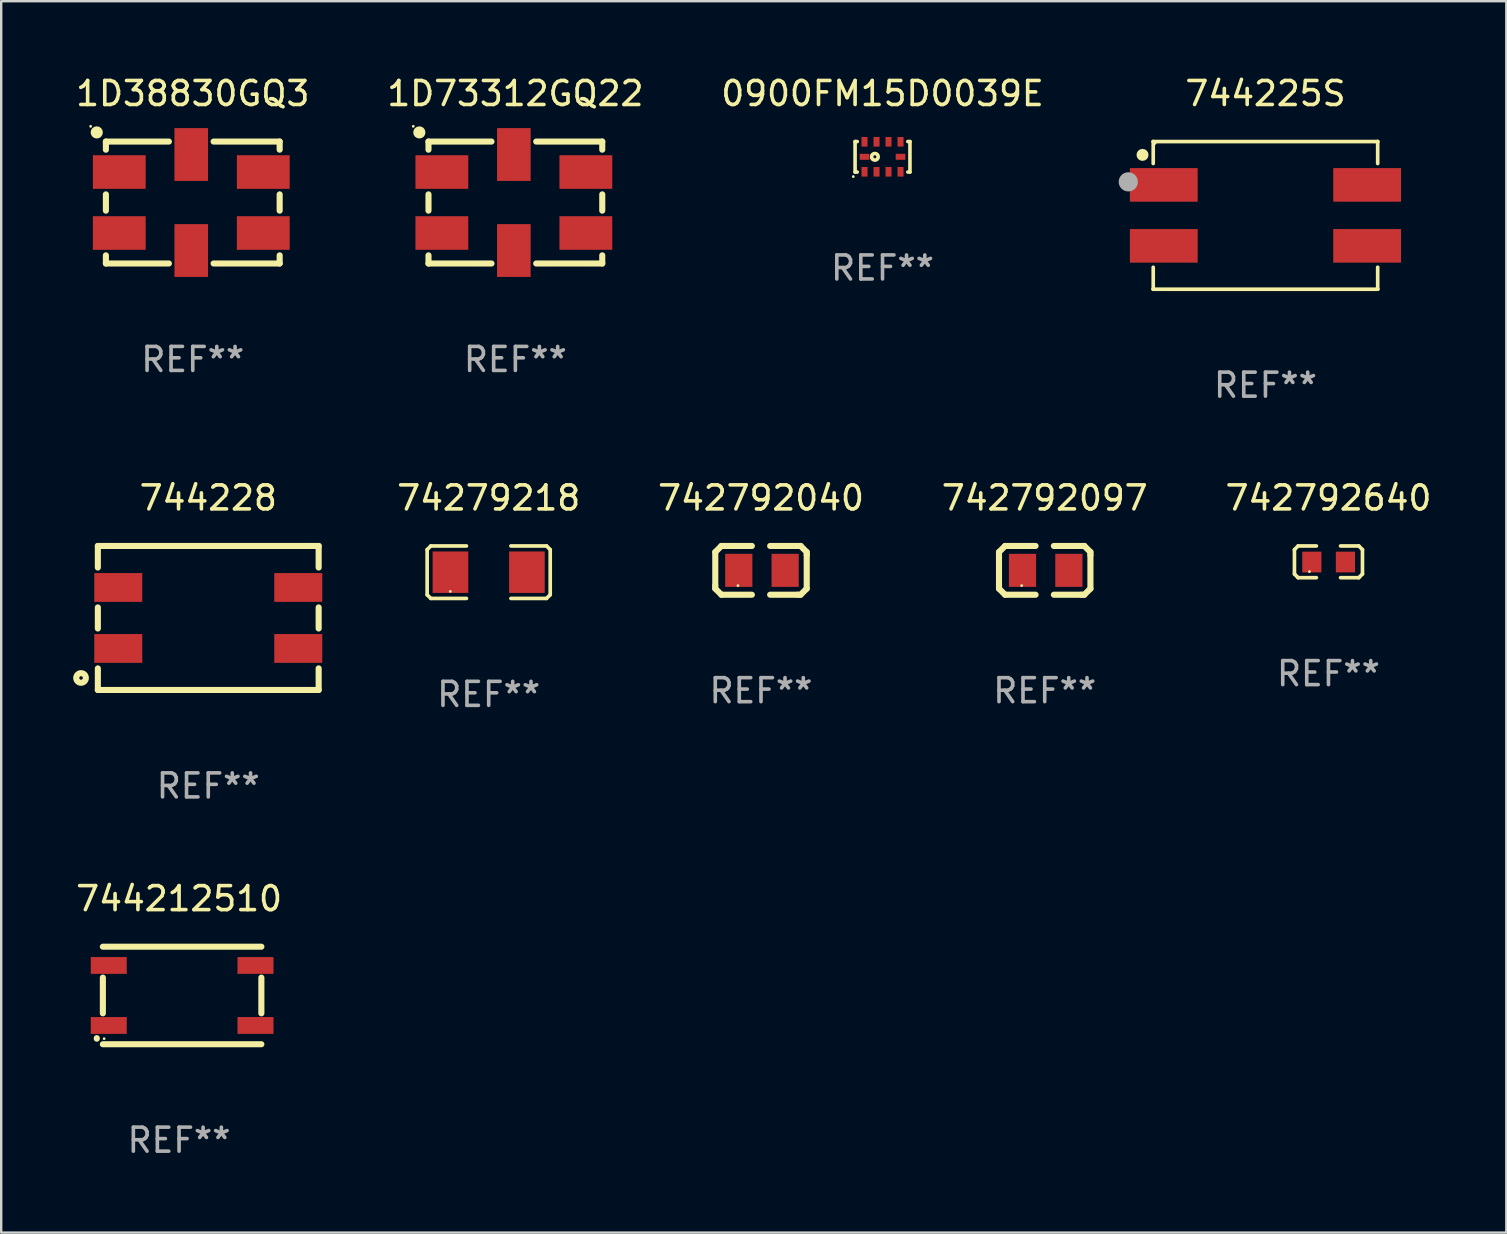
<source format=kicad_pcb>
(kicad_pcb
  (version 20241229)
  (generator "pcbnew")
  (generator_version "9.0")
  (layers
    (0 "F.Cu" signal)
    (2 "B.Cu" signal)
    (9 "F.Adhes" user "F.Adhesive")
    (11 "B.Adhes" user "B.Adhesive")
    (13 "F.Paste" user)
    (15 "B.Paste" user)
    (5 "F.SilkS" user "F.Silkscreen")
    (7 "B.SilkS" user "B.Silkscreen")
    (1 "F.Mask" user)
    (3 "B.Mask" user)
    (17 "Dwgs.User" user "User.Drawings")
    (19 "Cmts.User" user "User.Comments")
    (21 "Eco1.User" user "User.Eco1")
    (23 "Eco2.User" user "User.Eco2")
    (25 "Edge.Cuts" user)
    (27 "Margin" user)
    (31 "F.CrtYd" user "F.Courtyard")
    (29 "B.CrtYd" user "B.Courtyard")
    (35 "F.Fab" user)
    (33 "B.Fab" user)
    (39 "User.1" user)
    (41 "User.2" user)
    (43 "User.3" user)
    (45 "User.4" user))
  (footprint "742792640"
    (layer "F.Cu")
    (at 52.3 20.358)
    (property "Reference" "742792640" (at 0 -2.661 0) (layer "F.SilkS") (effects (font (size 1 1) (thickness 0.15))))
    (attr through_hole)
    (fp_line (start -1.417 -0.508) (end -1.265 -0.661) (stroke (width 0.152) (type solid)) (layer "F.SilkS"))
    (fp_line (start -1.417 0.508) (end -1.417 -0.508) (stroke (width 0.152) (type solid)) (layer "F.SilkS"))
    (fp_line (start -1.265 -0.661) (end -0.503 -0.661) (stroke (width 0.152) (type solid)) (layer "F.SilkS"))
    (fp_line (start -1.265 0.661) (end -1.417 0.508) (stroke (width 0.152) (type solid)) (layer "F.SilkS"))
    (fp_line (start -1.265 0.661) (end -0.503 0.661) (stroke (width 0.152) (type solid)) (layer "F.SilkS"))
    (fp_line (start 1.265 -0.661) (end 0.503 -0.661) (stroke (width 0.152) (type solid)) (layer "F.SilkS"))
    (fp_line (start 1.265 -0.661) (end 1.417 -0.508) (stroke (width 0.152) (type solid)) (layer "F.SilkS"))
    (fp_line (start 1.265 0.661) (end 0.503 0.661) (stroke (width 0.152) (type solid)) (layer "F.SilkS"))
    (fp_line (start 1.417 -0.508) (end 1.417 0.508) (stroke (width 0.152) (type solid)) (layer "F.SilkS"))
    (fp_line (start 1.417 0.508) (end 1.265 0.661) (stroke (width 0.152) (type solid)) (layer "F.SilkS"))
    (fp_circle (center -0.793 0.409) (end -0.763 0.409) (stroke (width 0.06) (type solid)) (fill no) (layer "F.SilkS"))
    (fp_text user "REF**" (at 0 4.661 0) (layer "F.Fab") (effects (font (size 1 1) (thickness 0.15))))
    (pad "1" smd rect (at -0.693 0.009 180) (size 0.8 0.864) (layers "F.Cu" "F.Mask" "F.Paste"))
    (pad "2" smd rect (at 0.707 0.009 180) (size 0.8 0.864) (layers "F.Cu" "F.Mask" "F.Paste")))
  (footprint "742792097"
    (layer "F.Cu")
    (at 40.478 20.713)
    (property "Reference" "742792097" (at 0 -3.016 0) (layer "F.SilkS") (effects (font (size 1 1) (thickness 0.15))))
    (attr through_hole)
    (fp_line (start -1.905 -0.762) (end -1.905 0.635) (stroke (width 0.254) (type solid)) (layer "F.SilkS"))
    (fp_line (start -1.905 0.635) (end -1.905 0.762) (stroke (width 0.254) (type solid)) (layer "F.SilkS"))
    (fp_line (start -1.905 0.762) (end -1.651 1.016) (stroke (width 0.254) (type solid)) (layer "F.SilkS"))
    (fp_line (start -1.651 -1.016) (end -1.905 -0.762) (stroke (width 0.254) (type solid)) (layer "F.SilkS"))
    (fp_line (start -1.651 1.016) (end -0.381 1.016) (stroke (width 0.254) (type solid)) (layer "F.SilkS"))
    (fp_line (start -1.524 -1.016) (end -1.651 -1.016) (stroke (width 0.254) (type solid)) (layer "F.SilkS"))
    (fp_line (start -0.381 -1.016) (end -1.524 -1.016) (stroke (width 0.254) (type solid)) (layer "F.SilkS"))
    (fp_line (start 0.381 1.016) (end 1.524 1.016) (stroke (width 0.254) (type solid)) (layer "F.SilkS"))
    (fp_line (start 1.524 1.016) (end 1.651 1.016) (stroke (width 0.254) (type solid)) (layer "F.SilkS"))
    (fp_line (start 1.651 -1.016) (end 0.381 -1.016) (stroke (width 0.254) (type solid)) (layer "F.SilkS"))
    (fp_line (start 1.651 1.016) (end 1.905 0.762) (stroke (width 0.254) (type solid)) (layer "F.SilkS"))
    (fp_line (start 1.905 -0.762) (end 1.651 -1.016) (stroke (width 0.254) (type solid)) (layer "F.SilkS"))
    (fp_line (start 1.905 -0.635) (end 1.905 -0.762) (stroke (width 0.254) (type solid)) (layer "F.SilkS"))
    (fp_line (start 1.905 0.762) (end 1.905 -0.635) (stroke (width 0.254) (type solid)) (layer "F.SilkS"))
    (fp_circle (center -0.96 0.637) (end -0.93 0.637) (stroke (width 0.06) (type solid)) (fill no) (layer "F.SilkS"))
    (fp_text user "REF**" (at 0 5.016 0) (layer "F.Fab") (effects (font (size 1 1) (thickness 0.15))))
    (pad "1" smd rect (at -0.926 -0.000051) (size 1.133 1.377) (layers "F.Cu" "F.Mask" "F.Paste"))
    (pad "2" smd rect (at 1.006 -0.000051) (size 1.133 1.377) (layers "F.Cu" "F.Mask" "F.Paste")))
  (footprint "74279218"
    (layer "F.Cu")
    (at 17.311 20.79)
    (property "Reference" "74279218" (at 0 -3.093 0) (layer "F.SilkS") (effects (font (size 1 1) (thickness 0.15))))
    (attr through_hole)
    (fp_line (start -2.564 -0.94) (end -2.411 -1.093) (stroke (width 0.152) (type solid)) (layer "F.SilkS"))
    (fp_line (start -2.564 0.94) (end -2.564 -0.94) (stroke (width 0.152) (type solid)) (layer "F.SilkS"))
    (fp_line (start -2.411 -1.093) (end -0.926 -1.093) (stroke (width 0.152) (type solid)) (layer "F.SilkS"))
    (fp_line (start -2.411 1.093) (end -2.564 0.94) (stroke (width 0.152) (type solid)) (layer "F.SilkS"))
    (fp_line (start -0.926 1.093) (end -2.411 1.093) (stroke (width 0.152) (type solid)) (layer "F.SilkS"))
    (fp_line (start 0.926 1.093) (end 2.411 1.093) (stroke (width 0.152) (type solid)) (layer "F.SilkS"))
    (fp_line (start 2.411 -1.093) (end 0.926 -1.093) (stroke (width 0.152) (type solid)) (layer "F.SilkS"))
    (fp_line (start 2.411 1.093) (end 2.564 0.94) (stroke (width 0.152) (type solid)) (layer "F.SilkS"))
    (fp_line (start 2.564 -0.94) (end 2.411 -1.093) (stroke (width 0.152) (type solid)) (layer "F.SilkS"))
    (fp_line (start 2.564 0.94) (end 2.564 -0.94) (stroke (width 0.152) (type solid)) (layer "F.SilkS"))
    (fp_circle (center -1.6 0.8) (end -1.57 0.8) (stroke (width 0.06) (type solid)) (fill no) (layer "F.SilkS"))
    (fp_text user "REF**" (at 0 5.093 0) (layer "F.Fab") (effects (font (size 1 1) (thickness 0.15))))
    (pad "1" smd rect (at -1.593 0) (size 1.485 1.728) (layers "F.Cu" "F.Mask" "F.Paste"))
    (pad "2" smd rect (at 1.593 0) (size 1.485 1.728) (layers "F.Cu" "F.Mask" "F.Paste")))
  (footprint "744212510"
    (layer "F.Cu")
    (at 4.411 38.426)
    (property "Reference" "744212510" (at 0 -4.032 0) (layer "F.SilkS") (effects (font (size 1 1) (thickness 0.15))))
    (attr through_hole)
    (fp_line (start -3.429 1.778) (end -3.429 1.8) (stroke (width 0.254) (type solid)) (layer "F.SilkS"))
    (fp_line (start -3.175 -2.032) (end 3.429 -2.032) (stroke (width 0.254) (type solid)) (layer "F.SilkS"))
    (fp_line (start -3.175 -0.744) (end -3.175 0.744) (stroke (width 0.254) (type solid)) (layer "F.SilkS"))
    (fp_line (start 3.429 0.744) (end 3.429 -0.744) (stroke (width 0.254) (type solid)) (layer "F.SilkS"))
    (fp_line (start 3.429 2.032) (end -3.175 2.032) (stroke (width 0.254) (type solid)) (layer "F.SilkS"))
    (fp_circle (center -3.123 1.8) (end -3.093 1.8) (stroke (width 0.06) (type solid)) (fill no) (layer "F.SilkS"))
    (fp_text user "REF**" (at 0 6.032 0) (layer "F.Fab") (effects (font (size 1 1) (thickness 0.15))))
    (pad "1" smd rect (at -2.93 1.25 270) (size 0.7 1.5) (layers "F.Cu" "F.Mask" "F.Paste"))
    (pad "3" smd rect (at -2.93 -1.25 270) (size 0.7 1.5) (layers "F.Cu" "F.Mask" "F.Paste"))
    (pad "4" smd rect (at 3.184 -1.25 270) (size 0.7 1.5) (layers "F.Cu" "F.Mask" "F.Paste"))
    (pad "5" smd rect (at 3.184 1.25 270) (size 0.7 1.5) (layers "F.Cu" "F.Mask" "F.Paste")))
  (footprint "744225S"
    (layer "F.Cu")
    (at 49.675 5.924)
    (property "Reference" "744225S" (at 0 -5.076 0) (layer "F.SilkS") (effects (font (size 1 1) (thickness 0.15))))
    (attr through_hole)
    (fp_line (start -4.676 -3.076) (end -4.676 -3.076) (stroke (width 0.152) (type solid)) (layer "F.SilkS"))
    (fp_line (start -4.676 -3.076) (end 4.676 -3.076) (stroke (width 0.152) (type solid)) (layer "F.SilkS"))
    (fp_line (start -4.676 -2.161) (end -4.676 -3.076) (stroke (width 0.152) (type solid)) (layer "F.SilkS"))
    (fp_line (start -4.676 2.161) (end -4.676 3.076) (stroke (width 0.152) (type solid)) (layer "F.SilkS"))
    (fp_line (start -4.676 3.076) (end -4.676 3.076) (stroke (width 0.152) (type solid)) (layer "F.SilkS"))
    (fp_line (start -4.676 3.076) (end 4.676 3.076) (stroke (width 0.152) (type solid)) (layer "F.SilkS"))
    (fp_line (start 4.676 -3.076) (end 4.676 -3.076) (stroke (width 0.152) (type solid)) (layer "F.SilkS"))
    (fp_line (start 4.676 -3.076) (end 4.676 -2.161) (stroke (width 0.152) (type solid)) (layer "F.SilkS"))
    (fp_line (start 4.676 3.076) (end 4.676 2.161) (stroke (width 0.152) (type solid)) (layer "F.SilkS"))
    (fp_line (start 4.676 3.076) (end 4.676 3.076) (stroke (width 0.152) (type solid)) (layer "F.SilkS"))
    (fp_circle (center -5.122 -2.521) (end -4.997 -2.521) (stroke (width 0.25) (type solid)) (fill no) (layer "F.SilkS"))
    (fp_circle (center -4.6 -3) (end -4.57 -3) (stroke (width 0.06) (type solid)) (fill no) (layer "F.SilkS"))
    (fp_circle (center -5.715 -1.397) (end -5.515 -1.397) (stroke (width 0.4) (type solid)) (fill no) (layer "F.Fab"))
    (fp_text user "REF**" (at 0 7.076 0) (layer "F.Fab") (effects (font (size 1 1) (thickness 0.15))))
    (pad "1" smd rect (at -4.237 -1.27) (size 2.825 1.4) (layers "F.Cu" "F.Mask" "F.Paste"))
    (pad "2" smd rect (at -4.237 1.27) (size 2.825 1.4) (layers "F.Cu" "F.Mask" "F.Paste"))
    (pad "3" smd rect (at 4.237 1.27) (size 2.825 1.4) (layers "F.Cu" "F.Mask" "F.Paste"))
    (pad "4" smd rect (at 4.237 -1.27) (size 2.825 1.4) (layers "F.Cu" "F.Mask" "F.Paste")))
  (footprint "1D73312GQ22"
    (layer "F.Cu")
    (at 18.423 5.388)
    (property "Reference" "1D73312GQ22" (at 0 -4.54 0) (layer "F.SilkS") (effects (font (size 1 1) (thickness 0.15))))
    (attr through_hole)
    (fp_line (start -3.62 -2.54) (end -3.62 -2.201) (stroke (width 0.254) (type solid)) (layer "F.SilkS"))
    (fp_line (start -3.62 -0.339) (end -3.62 0.339) (stroke (width 0.254) (type solid)) (layer "F.SilkS"))
    (fp_line (start -3.62 2.201) (end -3.62 2.54) (stroke (width 0.254) (type solid)) (layer "F.SilkS"))
    (fp_line (start -3.62 2.54) (end -0.995 2.54) (stroke (width 0.254) (type solid)) (layer "F.SilkS"))
    (fp_line (start -0.995 -2.54) (end -3.62 -2.54) (stroke (width 0.254) (type solid)) (layer "F.SilkS"))
    (fp_line (start 0.868 2.54) (end 3.62 2.54) (stroke (width 0.254) (type solid)) (layer "F.SilkS"))
    (fp_line (start 3.62 -2.54) (end 0.868 -2.54) (stroke (width 0.254) (type solid)) (layer "F.SilkS"))
    (fp_line (start 3.62 -2.201) (end 3.62 -2.54) (stroke (width 0.254) (type solid)) (layer "F.SilkS"))
    (fp_line (start 3.62 0.339) (end 3.62 -0.339) (stroke (width 0.254) (type solid)) (layer "F.SilkS"))
    (fp_line (start 3.62 2.54) (end 3.62 2.201) (stroke (width 0.254) (type solid)) (layer "F.SilkS"))
    (fp_circle (center -4.255 -3.175) (end -4.225 -3.175) (stroke (width 0.06) (type solid)) (fill no) (layer "F.SilkS"))
    (fp_circle (center -4.001 -2.921) (end -3.874 -2.921) (stroke (width 0.254) (type solid)) (fill no) (layer "F.SilkS"))
    (fp_text user "REF**" (at 0 6.54 0) (layer "F.Fab") (effects (font (size 1 1) (thickness 0.15))))
    (pad "1" smd rect (at -3.063 -1.27) (size 2.2 1.4) (layers "F.Cu" "F.Mask" "F.Paste"))
    (pad "2" smd rect (at -3.063 1.27) (size 2.2 1.4) (layers "F.Cu" "F.Mask" "F.Paste"))
    (pad "3" smd rect (at -0.064 2 90) (size 2.2 1.4) (layers "F.Cu" "F.Mask" "F.Paste"))
    (pad "4" smd rect (at 2.937 1.27 180) (size 2.2 1.4) (layers "F.Cu" "F.Mask" "F.Paste"))
    (pad "5" smd rect (at 2.937 -1.27) (size 2.2 1.4) (layers "F.Cu" "F.Mask" "F.Paste"))
    (pad "6" smd rect (at -0.064 -2 90) (size 2.2 1.4) (layers "F.Cu" "F.Mask" "F.Paste")))
  (footprint "744228"
    (layer "F.Cu")
    (at 5.627 22.697)
    (property "Reference" "744228" (at 0 -5 0) (layer "F.SilkS") (effects (font (size 1 1) (thickness 0.15))))
    (attr through_hole)
    (fp_line (start -4.6 -3) (end 4.6 -3) (stroke (width 0.254) (type solid)) (layer "F.SilkS"))
    (fp_line (start -4.6 -2.101) (end -4.6 -3) (stroke (width 0.254) (type solid)) (layer "F.SilkS"))
    (fp_line (start -4.6 0.439) (end -4.6 -0.439) (stroke (width 0.254) (type solid)) (layer "F.SilkS"))
    (fp_line (start -4.6 3) (end -4.6 2.101) (stroke (width 0.254) (type solid)) (layer "F.SilkS"))
    (fp_line (start 4.6 -3) (end 4.6 -2.101) (stroke (width 0.254) (type solid)) (layer "F.SilkS"))
    (fp_line (start 4.6 -0.439) (end 4.6 0.439) (stroke (width 0.254) (type solid)) (layer "F.SilkS"))
    (fp_line (start 4.6 2.101) (end 4.6 3) (stroke (width 0.254) (type solid)) (layer "F.SilkS"))
    (fp_line (start 4.6 3) (end -4.6 3) (stroke (width 0.254) (type solid)) (layer "F.SilkS"))
    (fp_circle (center -5.3 2.5) (end -5.1 2.5) (stroke (width 0.254) (type solid)) (fill no) (layer "F.SilkS"))
    (fp_circle (center -4.6 3) (end -4.57 3) (stroke (width 0.06) (type solid)) (fill no) (layer "F.SilkS"))
    (fp_text user "REF**" (at 0 7 0) (layer "F.Fab") (effects (font (size 1 1) (thickness 0.15))))
    (pad "1" smd rect (at -3.75 1.27) (size 2 1.2) (layers "F.Cu" "F.Mask" "F.Paste"))
    (pad "2" smd rect (at -3.75 -1.27) (size 2 1.2) (layers "F.Cu" "F.Mask" "F.Paste"))
    (pad "3" smd rect (at 3.75 -1.27) (size 2 1.2) (layers "F.Cu" "F.Mask" "F.Paste"))
    (pad "4" smd rect (at 3.75 1.27) (size 2 1.2) (layers "F.Cu" "F.Mask" "F.Paste")))
  (footprint "742792040"
    (layer "F.Cu")
    (at 28.657 20.713)
    (property "Reference" "742792040" (at 0 -3.016 0) (layer "F.SilkS") (effects (font (size 1 1) (thickness 0.15))))
    (attr through_hole)
    (fp_line (start -1.905 -0.762) (end -1.905 0.635) (stroke (width 0.254) (type solid)) (layer "F.SilkS"))
    (fp_line (start -1.905 0.635) (end -1.905 0.762) (stroke (width 0.254) (type solid)) (layer "F.SilkS"))
    (fp_line (start -1.905 0.762) (end -1.651 1.016) (stroke (width 0.254) (type solid)) (layer "F.SilkS"))
    (fp_line (start -1.651 -1.016) (end -1.905 -0.762) (stroke (width 0.254) (type solid)) (layer "F.SilkS"))
    (fp_line (start -1.651 1.016) (end -0.381 1.016) (stroke (width 0.254) (type solid)) (layer "F.SilkS"))
    (fp_line (start -1.524 -1.016) (end -1.651 -1.016) (stroke (width 0.254) (type solid)) (layer "F.SilkS"))
    (fp_line (start -0.381 -1.016) (end -1.524 -1.016) (stroke (width 0.254) (type solid)) (layer "F.SilkS"))
    (fp_line (start 0.381 1.016) (end 1.524 1.016) (stroke (width 0.254) (type solid)) (layer "F.SilkS"))
    (fp_line (start 1.524 1.016) (end 1.651 1.016) (stroke (width 0.254) (type solid)) (layer "F.SilkS"))
    (fp_line (start 1.651 -1.016) (end 0.381 -1.016) (stroke (width 0.254) (type solid)) (layer "F.SilkS"))
    (fp_line (start 1.651 1.016) (end 1.905 0.762) (stroke (width 0.254) (type solid)) (layer "F.SilkS"))
    (fp_line (start 1.905 -0.762) (end 1.651 -1.016) (stroke (width 0.254) (type solid)) (layer "F.SilkS"))
    (fp_line (start 1.905 -0.635) (end 1.905 -0.762) (stroke (width 0.254) (type solid)) (layer "F.SilkS"))
    (fp_line (start 1.905 0.762) (end 1.905 -0.635) (stroke (width 0.254) (type solid)) (layer "F.SilkS"))
    (fp_circle (center -0.96 0.637) (end -0.93 0.637) (stroke (width 0.06) (type solid)) (fill no) (layer "F.SilkS"))
    (fp_text user "REF**" (at 0 5.016 0) (layer "F.Fab") (effects (font (size 1 1) (thickness 0.15))))
    (pad "1" smd rect (at -0.926 -0.000051) (size 1.133 1.377) (layers "F.Cu" "F.Mask" "F.Paste"))
    (pad "2" smd rect (at 1.006 -0.000051) (size 1.133 1.377) (layers "F.Cu" "F.Mask" "F.Paste")))
  (footprint "1D38830GQ3"
    (layer "F.Cu")
    (at 4.982 5.388)
    (property "Reference" "1D38830GQ3" (at 0 -4.54 0) (layer "F.SilkS") (effects (font (size 1 1) (thickness 0.15))))
    (attr through_hole)
    (fp_line (start -3.62 -2.54) (end -3.62 -2.201) (stroke (width 0.254) (type solid)) (layer "F.SilkS"))
    (fp_line (start -3.62 -0.339) (end -3.62 0.339) (stroke (width 0.254) (type solid)) (layer "F.SilkS"))
    (fp_line (start -3.62 2.201) (end -3.62 2.54) (stroke (width 0.254) (type solid)) (layer "F.SilkS"))
    (fp_line (start -3.62 2.54) (end -0.995 2.54) (stroke (width 0.254) (type solid)) (layer "F.SilkS"))
    (fp_line (start -0.995 -2.54) (end -3.62 -2.54) (stroke (width 0.254) (type solid)) (layer "F.SilkS"))
    (fp_line (start 0.868 2.54) (end 3.62 2.54) (stroke (width 0.254) (type solid)) (layer "F.SilkS"))
    (fp_line (start 3.62 -2.54) (end 0.868 -2.54) (stroke (width 0.254) (type solid)) (layer "F.SilkS"))
    (fp_line (start 3.62 -2.201) (end 3.62 -2.54) (stroke (width 0.254) (type solid)) (layer "F.SilkS"))
    (fp_line (start 3.62 0.339) (end 3.62 -0.339) (stroke (width 0.254) (type solid)) (layer "F.SilkS"))
    (fp_line (start 3.62 2.54) (end 3.62 2.201) (stroke (width 0.254) (type solid)) (layer "F.SilkS"))
    (fp_circle (center -4.255 -3.175) (end -4.225 -3.175) (stroke (width 0.06) (type solid)) (fill no) (layer "F.SilkS"))
    (fp_circle (center -4.001 -2.921) (end -3.874 -2.921) (stroke (width 0.254) (type solid)) (fill no) (layer "F.SilkS"))
    (fp_text user "REF**" (at 0 6.54 0) (layer "F.Fab") (effects (font (size 1 1) (thickness 0.15))))
    (pad "1" smd rect (at -3.063 -1.27) (size 2.2 1.4) (layers "F.Cu" "F.Mask" "F.Paste"))
    (pad "2" smd rect (at -3.063 1.27) (size 2.2 1.4) (layers "F.Cu" "F.Mask" "F.Paste"))
    (pad "3" smd rect (at -0.064 2 90) (size 2.2 1.4) (layers "F.Cu" "F.Mask" "F.Paste"))
    (pad "4" smd rect (at 2.937 1.27 180) (size 2.2 1.4) (layers "F.Cu" "F.Mask" "F.Paste"))
    (pad "5" smd rect (at 2.937 -1.27) (size 2.2 1.4) (layers "F.Cu" "F.Mask" "F.Paste"))
    (pad "6" smd rect (at -0.064 -2 90) (size 2.2 1.4) (layers "F.Cu" "F.Mask" "F.Paste")))
  (footprint "0900FM15D0039E"
    (layer "F.Cu")
    (at 33.72 3.483)
    (property "Reference" "0900FM15D0039E" (at 0 -2.635 0) (layer "F.SilkS") (effects (font (size 1 1) (thickness 0.15))))
    (attr through_hole)
    (fp_line (start -1.143 -0.635) (end -1.054 -0.635) (stroke (width 0.15) (type solid)) (layer "F.SilkS"))
    (fp_line (start -1.143 0.635) (end -1.143 -0.635) (stroke (width 0.15) (type solid)) (layer "F.SilkS"))
    (fp_line (start -1.054 0.635) (end -1.143 0.635) (stroke (width 0.15) (type solid)) (layer "F.SilkS"))
    (fp_line (start 1.054 -0.635) (end 1.143 -0.635) (stroke (width 0.15) (type solid)) (layer "F.SilkS"))
    (fp_line (start 1.143 -0.635) (end 1.143 0.635) (stroke (width 0.15) (type solid)) (layer "F.SilkS"))
    (fp_line (start 1.143 0.635) (end 1.054 0.635) (stroke (width 0.15) (type solid)) (layer "F.SilkS"))
    (fp_circle (center -1.218 0.825) (end -1.188 0.825) (stroke (width 0.06) (type solid)) (fill no) (layer "F.SilkS"))
    (fp_circle (center -0.318 0) (end -0.254 0) (stroke (width 0.15) (type solid)) (fill no) (layer "F.SilkS"))
    (fp_text user "REF**" (at 0 4.635 0) (layer "F.Fab") (effects (font (size 1 1) (thickness 0.15))))
    (pad "1" smd rect (at -0.75 0.625) (size 0.25 0.4) (layers "F.Cu" "F.Mask" "F.Paste"))
    (pad "2" smd rect (at -0.25 0.625) (size 0.25 0.4) (layers "F.Cu" "F.Mask" "F.Paste"))
    (pad "3" smd rect (at 0.25 0.625) (size 0.25 0.4) (layers "F.Cu" "F.Mask" "F.Paste"))
    (pad "4" smd rect (at 0.75 0.625) (size 0.25 0.4) (layers "F.Cu" "F.Mask" "F.Paste"))
    (pad "5" smd rect (at 0.75 0 90) (size 0.25 0.4) (layers "F.Cu" "F.Mask" "F.Paste"))
    (pad "6" smd rect (at 0.75 -0.625) (size 0.25 0.4) (layers "F.Cu" "F.Mask" "F.Paste"))
    (pad "7" smd rect (at 0.25 -0.625) (size 0.25 0.4) (layers "F.Cu" "F.Mask" "F.Paste"))
    (pad "8" smd rect (at -0.25 -0.625) (size 0.25 0.4) (layers "F.Cu" "F.Mask" "F.Paste"))
    (pad "9" smd rect (at -0.75 -0.625) (size 0.25 0.4) (layers "F.Cu" "F.Mask" "F.Paste"))
    (pad "10" smd rect (at -0.75 0 90) (size 0.25 0.4) (layers "F.Cu" "F.Mask" "F.Paste")))
  (gr_rect
    (start -3 -3)
    (end 59.71 48.306)
    (stroke (width 0.1) (type default))
    (fill no)
    (layer "Edge.Cuts")))
</source>
